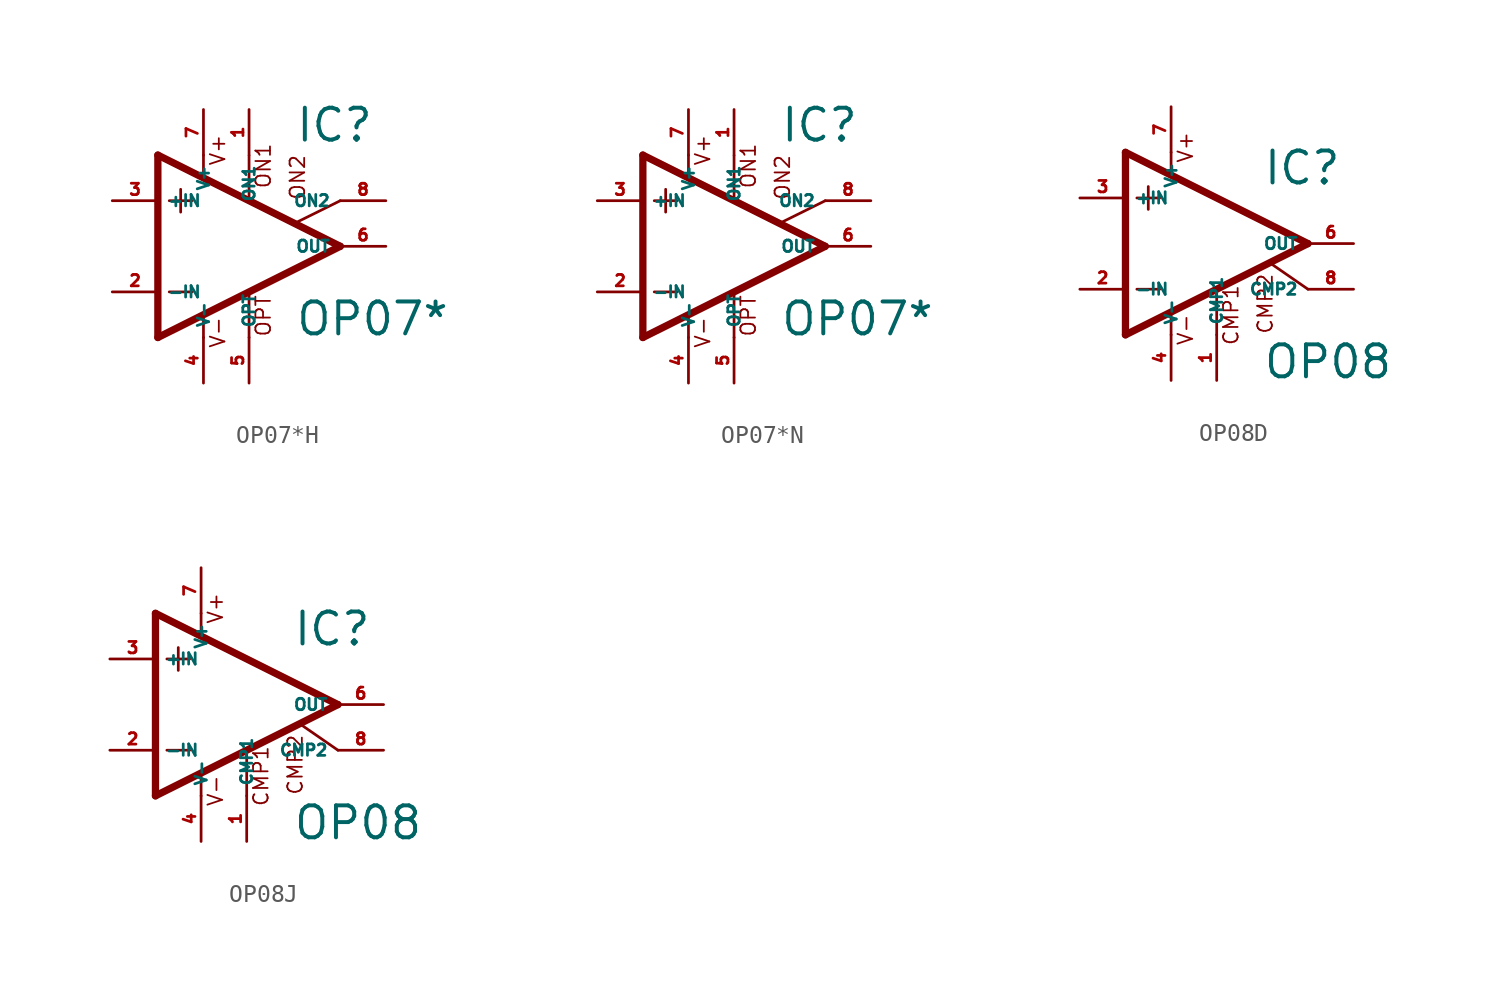
<source format=kicad_sym>
(kicad_symbol_lib
  (version 20220914)
  (generator Eagle2Kicad)
  (symbol "OP07*H"
    (property "Reference" "IC"
      (at 2.54 5.715 0)
      (effects (font (size 1.778 1.778) (thickness 0.22)) (justify left bottom)))
    (property "Value" "OP07*"
      (at 2.54 -5.08 0)
      (effects (font (size 1.778 1.778) (thickness 0.22)) (justify left bottom)))
    (polyline
      (pts (xy -3.81 3.175) (xy -3.81 1.905))
      (stroke (width 0.152) (type default))
      (fill (type none)))
    (polyline
      (pts (xy -4.445 2.54) (xy -3.175 2.54))
      (stroke (width 0.152) (type default))
      (fill (type none)))
    (polyline
      (pts (xy -4.445 -2.54) (xy -3.175 -2.54))
      (stroke (width 0.152) (type default))
      (fill (type none)))
    (polyline
      (pts (xy -2.54 5.08) (xy -2.54 3.886))
      (stroke (width 0.152) (type default))
      (fill (type none)))
    (polyline
      (pts (xy 0 5.055) (xy 0 2.616))
      (stroke (width 0.152) (type default))
      (fill (type none)))
    (polyline
      (pts (xy 0 -2.616) (xy 0 -5.08))
      (stroke (width 0.152) (type default))
      (fill (type none)))
    (polyline
      (pts (xy -2.54 -3.912) (xy -2.54 -5.08))
      (stroke (width 0.152) (type default))
      (fill (type none)))
    (polyline
      (pts (xy 5.08 2.54) (xy 2.616 1.321))
      (stroke (width 0.152) (type default))
      (fill (type none)))
    (polyline
      (pts (xy 5.08 0) (xy -5.08 5.08))
      (stroke (width 0.406) (type default))
      (fill (type none)))
    (polyline
      (pts (xy -5.08 5.08) (xy -5.08 -5.08))
      (stroke (width 0.406) (type default))
      (fill (type none)))
    (polyline
      (pts (xy -5.08 -5.08) (xy 5.08 0))
      (stroke (width 0.406) (type default))
      (fill (type none)))
    (text "ON1"
      (at 1.27 3.175 900)
      (effects (font (size 0.813 0.813) (thickness 0.10)) (justify left bottom)))
    (text "ON2"
      (at 3.175 2.54 900)
      (effects (font (size 0.813 0.813) (thickness 0.10)) (justify left bottom)))
    (text "OPT"
      (at 1.27 -5.08 900)
      (effects (font (size 0.813 0.813) (thickness 0.10)) (justify left bottom)))
    (text "V+"
      (at -1.27 4.445 900)
      (effects (font (size 0.813 0.813) (thickness 0.10)) (justify left bottom)))
    (text "V-"
      (at -1.27 -5.715 900)
      (effects (font (size 0.813 0.813) (thickness 0.10)) (justify left bottom)))
    (pin passive line
      (at 7.62 2.54 180)
      (length 2.54)
      (name "ON2" (effects (font (size 0.635 0.635) (thickness 0.08)) (justify left bottom)))
      (number "8" (effects (font (size 0.635 0.635) (thickness 0.08)) (justify left bottom))))
    (pin passive line
      (at 0 7.62 270)
      (length 2.54)
      (name "ON1" (effects (font (size 0.635 0.635) (thickness 0.08)) (justify left bottom)))
      (number "1" (effects (font (size 0.635 0.635) (thickness 0.08)) (justify left bottom))))
    (pin input line
      (at -7.62 -2.54 0)
      (length 2.54)
      (name "-IN" (effects (font (size 0.635 0.635) (thickness 0.08)) (justify left bottom)))
      (number "2" (effects (font (size 0.635 0.635) (thickness 0.08)) (justify left bottom))))
    (pin input line
      (at -7.62 2.54 0)
      (length 2.54)
      (name "+IN" (effects (font (size 0.635 0.635) (thickness 0.08)) (justify left bottom)))
      (number "3" (effects (font (size 0.635 0.635) (thickness 0.08)) (justify left bottom))))
    (pin output line
      (at 7.62 0 180)
      (length 2.54)
      (name "OUT" (effects (font (size 0.635 0.635) (thickness 0.08)) (justify left bottom)))
      (number "6" (effects (font (size 0.635 0.635) (thickness 0.08)) (justify left bottom))))
    (pin passive line
      (at 0 -7.62 90)
      (length 2.54)
      (name "OPT" (effects (font (size 0.635 0.635) (thickness 0.08)) (justify left bottom)))
      (number "5" (effects (font (size 0.635 0.635) (thickness 0.08)) (justify left bottom))))
    (pin unspecified line
      (at -2.54 7.62 270)
      (length 2.54)
      (name "V+" (effects (font (size 0.635 0.635) (thickness 0.08)) (justify left bottom)))
      (number "7" (effects (font (size 0.635 0.635) (thickness 0.08)) (justify left bottom))))
    (pin unspecified line
      (at -2.54 -7.62 90)
      (length 2.54)
      (name "V-" (effects (font (size 0.635 0.635) (thickness 0.08)) (justify left bottom)))
      (number "4" (effects (font (size 0.635 0.635) (thickness 0.08)) (justify left bottom)))))
  (symbol "OP07*N"
    (property "Reference" "IC"
      (at 2.54 5.715 0)
      (effects (font (size 1.778 1.778) (thickness 0.22)) (justify left bottom)))
    (property "Value" "OP07*"
      (at 2.54 -5.08 0)
      (effects (font (size 1.778 1.778) (thickness 0.22)) (justify left bottom)))
    (polyline
      (pts (xy -3.81 3.175) (xy -3.81 1.905))
      (stroke (width 0.152) (type default))
      (fill (type none)))
    (polyline
      (pts (xy -4.445 2.54) (xy -3.175 2.54))
      (stroke (width 0.152) (type default))
      (fill (type none)))
    (polyline
      (pts (xy -4.445 -2.54) (xy -3.175 -2.54))
      (stroke (width 0.152) (type default))
      (fill (type none)))
    (polyline
      (pts (xy -2.54 5.08) (xy -2.54 3.886))
      (stroke (width 0.152) (type default))
      (fill (type none)))
    (polyline
      (pts (xy 0 5.055) (xy 0 2.616))
      (stroke (width 0.152) (type default))
      (fill (type none)))
    (polyline
      (pts (xy 0 -2.616) (xy 0 -5.08))
      (stroke (width 0.152) (type default))
      (fill (type none)))
    (polyline
      (pts (xy -2.54 -3.912) (xy -2.54 -5.08))
      (stroke (width 0.152) (type default))
      (fill (type none)))
    (polyline
      (pts (xy 5.08 2.54) (xy 2.616 1.321))
      (stroke (width 0.152) (type default))
      (fill (type none)))
    (polyline
      (pts (xy 5.08 0) (xy -5.08 5.08))
      (stroke (width 0.406) (type default))
      (fill (type none)))
    (polyline
      (pts (xy -5.08 5.08) (xy -5.08 -5.08))
      (stroke (width 0.406) (type default))
      (fill (type none)))
    (polyline
      (pts (xy -5.08 -5.08) (xy 5.08 0))
      (stroke (width 0.406) (type default))
      (fill (type none)))
    (text "ON1"
      (at 1.27 3.175 900)
      (effects (font (size 0.813 0.813) (thickness 0.10)) (justify left bottom)))
    (text "ON2"
      (at 3.175 2.54 900)
      (effects (font (size 0.813 0.813) (thickness 0.10)) (justify left bottom)))
    (text "OPT"
      (at 1.27 -5.08 900)
      (effects (font (size 0.813 0.813) (thickness 0.10)) (justify left bottom)))
    (text "V+"
      (at -1.27 4.445 900)
      (effects (font (size 0.813 0.813) (thickness 0.10)) (justify left bottom)))
    (text "V-"
      (at -1.27 -5.715 900)
      (effects (font (size 0.813 0.813) (thickness 0.10)) (justify left bottom)))
    (pin passive line
      (at 7.62 2.54 180)
      (length 2.54)
      (name "ON2" (effects (font (size 0.635 0.635) (thickness 0.08)) (justify left bottom)))
      (number "8" (effects (font (size 0.635 0.635) (thickness 0.08)) (justify left bottom))))
    (pin passive line
      (at 0 7.62 270)
      (length 2.54)
      (name "ON1" (effects (font (size 0.635 0.635) (thickness 0.08)) (justify left bottom)))
      (number "1" (effects (font (size 0.635 0.635) (thickness 0.08)) (justify left bottom))))
    (pin input line
      (at -7.62 -2.54 0)
      (length 2.54)
      (name "-IN" (effects (font (size 0.635 0.635) (thickness 0.08)) (justify left bottom)))
      (number "2" (effects (font (size 0.635 0.635) (thickness 0.08)) (justify left bottom))))
    (pin input line
      (at -7.62 2.54 0)
      (length 2.54)
      (name "+IN" (effects (font (size 0.635 0.635) (thickness 0.08)) (justify left bottom)))
      (number "3" (effects (font (size 0.635 0.635) (thickness 0.08)) (justify left bottom))))
    (pin output line
      (at 7.62 0 180)
      (length 2.54)
      (name "OUT" (effects (font (size 0.635 0.635) (thickness 0.08)) (justify left bottom)))
      (number "6" (effects (font (size 0.635 0.635) (thickness 0.08)) (justify left bottom))))
    (pin passive line
      (at 0 -7.62 90)
      (length 2.54)
      (name "OPT" (effects (font (size 0.635 0.635) (thickness 0.08)) (justify left bottom)))
      (number "5" (effects (font (size 0.635 0.635) (thickness 0.08)) (justify left bottom))))
    (pin unspecified line
      (at -2.54 7.62 270)
      (length 2.54)
      (name "V+" (effects (font (size 0.635 0.635) (thickness 0.08)) (justify left bottom)))
      (number "7" (effects (font (size 0.635 0.635) (thickness 0.08)) (justify left bottom))))
    (pin unspecified line
      (at -2.54 -7.62 90)
      (length 2.54)
      (name "V-" (effects (font (size 0.635 0.635) (thickness 0.08)) (justify left bottom)))
      (number "4" (effects (font (size 0.635 0.635) (thickness 0.08)) (justify left bottom)))))
  (symbol "OP08D"
    (property "Reference" "IC"
      (at 2.54 3.175 0)
      (effects (font (size 1.778 1.778) (thickness 0.22)) (justify left bottom)))
    (property "Value" "OP08"
      (at 2.54 -7.62 0)
      (effects (font (size 1.778 1.778) (thickness 0.22)) (justify left bottom)))
    (polyline
      (pts (xy 0 -2.616) (xy 0 -5.08))
      (stroke (width 0.152) (type default))
      (fill (type none)))
    (polyline
      (pts (xy -2.54 5.08) (xy -2.54 3.886))
      (stroke (width 0.152) (type default))
      (fill (type none)))
    (polyline
      (pts (xy -5.08 5.08) (xy -5.08 -5.08))
      (stroke (width 0.406) (type default))
      (fill (type none)))
    (polyline
      (pts (xy -5.08 -5.08) (xy 5.08 0))
      (stroke (width 0.406) (type default))
      (fill (type none)))
    (polyline
      (pts (xy 5.08 0) (xy -5.08 5.08))
      (stroke (width 0.406) (type default))
      (fill (type none)))
    (polyline
      (pts (xy -3.81 3.175) (xy -3.81 1.905))
      (stroke (width 0.152) (type default))
      (fill (type none)))
    (polyline
      (pts (xy -4.445 2.54) (xy -3.175 2.54))
      (stroke (width 0.152) (type default))
      (fill (type none)))
    (polyline
      (pts (xy -4.445 -2.54) (xy -3.175 -2.54))
      (stroke (width 0.152) (type default))
      (fill (type none)))
    (polyline
      (pts (xy 5.08 -2.54) (xy 3.023 -1.118))
      (stroke (width 0.152) (type default))
      (fill (type none)))
    (polyline
      (pts (xy -2.54 -3.886) (xy -2.54 -5.08))
      (stroke (width 0.152) (type default))
      (fill (type none)))
    (text "CMP1"
      (at 1.27 -5.715 900)
      (effects (font (size 0.813 0.813) (thickness 0.10)) (justify left bottom)))
    (text "CMP2"
      (at 3.175 -5.08 900)
      (effects (font (size 0.813 0.813) (thickness 0.10)) (justify left bottom)))
    (text "V+"
      (at -1.27 4.445 900)
      (effects (font (size 0.813 0.813) (thickness 0.10)) (justify left bottom)))
    (text "V-"
      (at -1.27 -5.715 900)
      (effects (font (size 0.813 0.813) (thickness 0.10)) (justify left bottom)))
    (pin passive line
      (at 0 -7.62 90)
      (length 2.54)
      (name "CMP1" (effects (font (size 0.635 0.635) (thickness 0.08)) (justify left bottom)))
      (number "1" (effects (font (size 0.635 0.635) (thickness 0.08)) (justify left bottom))))
    (pin input line
      (at -7.62 -2.54 0)
      (length 2.54)
      (name "-IN" (effects (font (size 0.635 0.635) (thickness 0.08)) (justify left bottom)))
      (number "2" (effects (font (size 0.635 0.635) (thickness 0.08)) (justify left bottom))))
    (pin input line
      (at -7.62 2.54 0)
      (length 2.54)
      (name "+IN" (effects (font (size 0.635 0.635) (thickness 0.08)) (justify left bottom)))
      (number "3" (effects (font (size 0.635 0.635) (thickness 0.08)) (justify left bottom))))
    (pin passive line
      (at 7.62 -2.54 180)
      (length 2.54)
      (name "CMP2" (effects (font (size 0.635 0.635) (thickness 0.08)) (justify left bottom)))
      (number "8" (effects (font (size 0.635 0.635) (thickness 0.08)) (justify left bottom))))
    (pin output line
      (at 7.62 0 180)
      (length 2.54)
      (name "OUT" (effects (font (size 0.635 0.635) (thickness 0.08)) (justify left bottom)))
      (number "6" (effects (font (size 0.635 0.635) (thickness 0.08)) (justify left bottom))))
    (pin unspecified line
      (at -2.54 7.62 270)
      (length 2.54)
      (name "V+" (effects (font (size 0.635 0.635) (thickness 0.08)) (justify left bottom)))
      (number "7" (effects (font (size 0.635 0.635) (thickness 0.08)) (justify left bottom))))
    (pin unspecified line
      (at -2.54 -7.62 90)
      (length 2.54)
      (name "V-" (effects (font (size 0.635 0.635) (thickness 0.08)) (justify left bottom)))
      (number "4" (effects (font (size 0.635 0.635) (thickness 0.08)) (justify left bottom)))))
  (symbol "OP08J"
    (property "Reference" "IC"
      (at 2.54 3.175 0)
      (effects (font (size 1.778 1.778) (thickness 0.22)) (justify left bottom)))
    (property "Value" "OP08"
      (at 2.54 -7.62 0)
      (effects (font (size 1.778 1.778) (thickness 0.22)) (justify left bottom)))
    (polyline
      (pts (xy 0 -2.616) (xy 0 -5.08))
      (stroke (width 0.152) (type default))
      (fill (type none)))
    (polyline
      (pts (xy -2.54 5.08) (xy -2.54 3.886))
      (stroke (width 0.152) (type default))
      (fill (type none)))
    (polyline
      (pts (xy -5.08 5.08) (xy -5.08 -5.08))
      (stroke (width 0.406) (type default))
      (fill (type none)))
    (polyline
      (pts (xy -5.08 -5.08) (xy 5.08 0))
      (stroke (width 0.406) (type default))
      (fill (type none)))
    (polyline
      (pts (xy 5.08 0) (xy -5.08 5.08))
      (stroke (width 0.406) (type default))
      (fill (type none)))
    (polyline
      (pts (xy -3.81 3.175) (xy -3.81 1.905))
      (stroke (width 0.152) (type default))
      (fill (type none)))
    (polyline
      (pts (xy -4.445 2.54) (xy -3.175 2.54))
      (stroke (width 0.152) (type default))
      (fill (type none)))
    (polyline
      (pts (xy -4.445 -2.54) (xy -3.175 -2.54))
      (stroke (width 0.152) (type default))
      (fill (type none)))
    (polyline
      (pts (xy 5.08 -2.54) (xy 3.023 -1.118))
      (stroke (width 0.152) (type default))
      (fill (type none)))
    (polyline
      (pts (xy -2.54 -3.886) (xy -2.54 -5.08))
      (stroke (width 0.152) (type default))
      (fill (type none)))
    (text "CMP1"
      (at 1.27 -5.715 900)
      (effects (font (size 0.813 0.813) (thickness 0.10)) (justify left bottom)))
    (text "CMP2"
      (at 3.175 -5.08 900)
      (effects (font (size 0.813 0.813) (thickness 0.10)) (justify left bottom)))
    (text "V+"
      (at -1.27 4.445 900)
      (effects (font (size 0.813 0.813) (thickness 0.10)) (justify left bottom)))
    (text "V-"
      (at -1.27 -5.715 900)
      (effects (font (size 0.813 0.813) (thickness 0.10)) (justify left bottom)))
    (pin passive line
      (at 0 -7.62 90)
      (length 2.54)
      (name "CMP1" (effects (font (size 0.635 0.635) (thickness 0.08)) (justify left bottom)))
      (number "1" (effects (font (size 0.635 0.635) (thickness 0.08)) (justify left bottom))))
    (pin input line
      (at -7.62 -2.54 0)
      (length 2.54)
      (name "-IN" (effects (font (size 0.635 0.635) (thickness 0.08)) (justify left bottom)))
      (number "2" (effects (font (size 0.635 0.635) (thickness 0.08)) (justify left bottom))))
    (pin input line
      (at -7.62 2.54 0)
      (length 2.54)
      (name "+IN" (effects (font (size 0.635 0.635) (thickness 0.08)) (justify left bottom)))
      (number "3" (effects (font (size 0.635 0.635) (thickness 0.08)) (justify left bottom))))
    (pin passive line
      (at 7.62 -2.54 180)
      (length 2.54)
      (name "CMP2" (effects (font (size 0.635 0.635) (thickness 0.08)) (justify left bottom)))
      (number "8" (effects (font (size 0.635 0.635) (thickness 0.08)) (justify left bottom))))
    (pin output line
      (at 7.62 0 180)
      (length 2.54)
      (name "OUT" (effects (font (size 0.635 0.635) (thickness 0.08)) (justify left bottom)))
      (number "6" (effects (font (size 0.635 0.635) (thickness 0.08)) (justify left bottom))))
    (pin unspecified line
      (at -2.54 7.62 270)
      (length 2.54)
      (name "V+" (effects (font (size 0.635 0.635) (thickness 0.08)) (justify left bottom)))
      (number "7" (effects (font (size 0.635 0.635) (thickness 0.08)) (justify left bottom))))
    (pin unspecified line
      (at -2.54 -7.62 90)
      (length 2.54)
      (name "V-" (effects (font (size 0.635 0.635) (thickness 0.08)) (justify left bottom)))
      (number "4" (effects (font (size 0.635 0.635) (thickness 0.08)) (justify left bottom))))))
</source>
